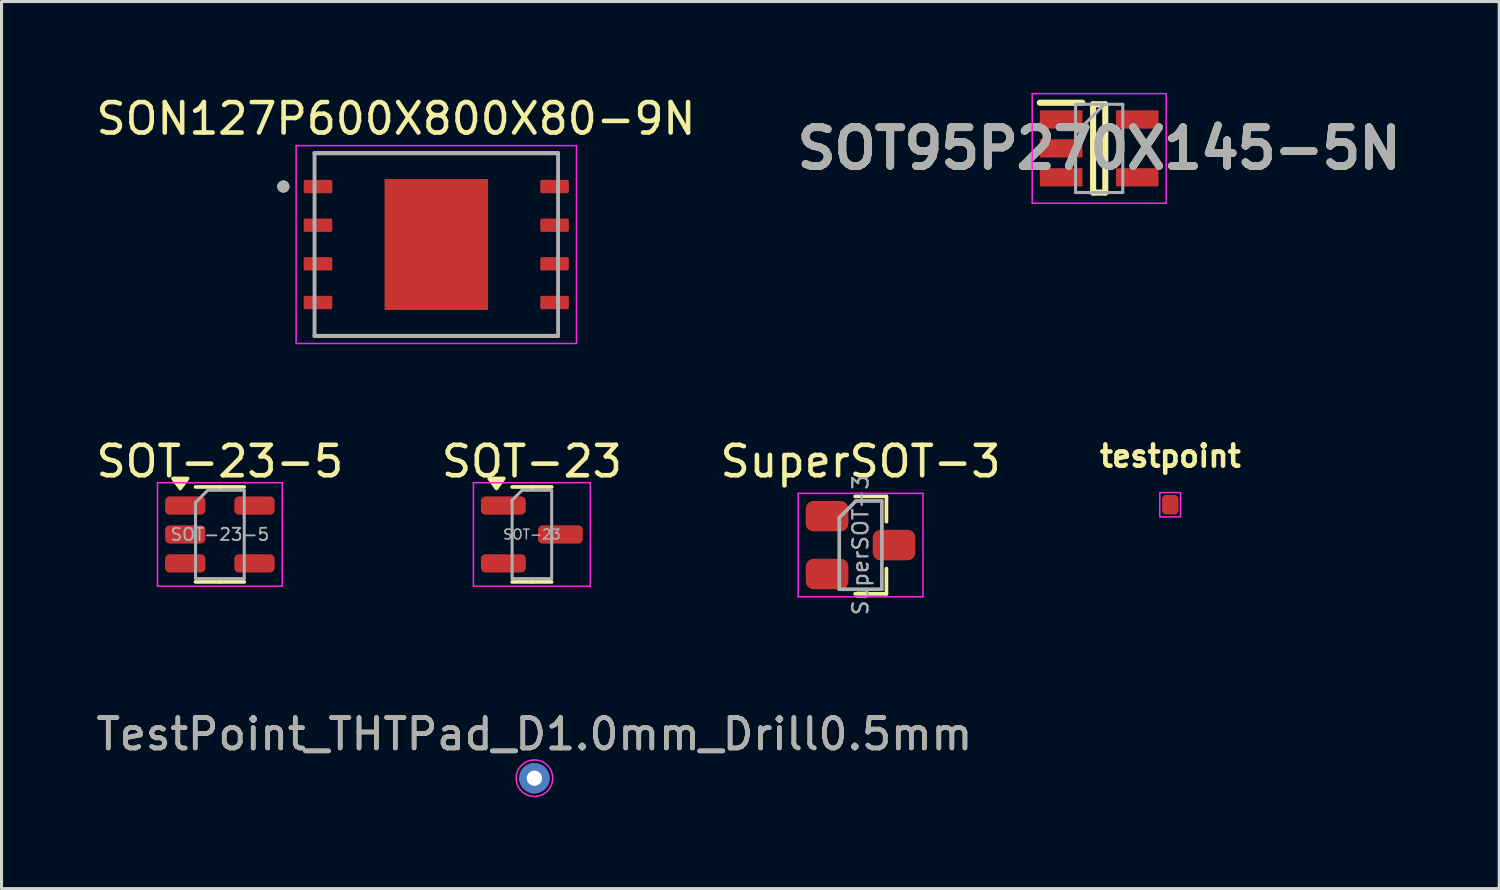
<source format=kicad_pcb>
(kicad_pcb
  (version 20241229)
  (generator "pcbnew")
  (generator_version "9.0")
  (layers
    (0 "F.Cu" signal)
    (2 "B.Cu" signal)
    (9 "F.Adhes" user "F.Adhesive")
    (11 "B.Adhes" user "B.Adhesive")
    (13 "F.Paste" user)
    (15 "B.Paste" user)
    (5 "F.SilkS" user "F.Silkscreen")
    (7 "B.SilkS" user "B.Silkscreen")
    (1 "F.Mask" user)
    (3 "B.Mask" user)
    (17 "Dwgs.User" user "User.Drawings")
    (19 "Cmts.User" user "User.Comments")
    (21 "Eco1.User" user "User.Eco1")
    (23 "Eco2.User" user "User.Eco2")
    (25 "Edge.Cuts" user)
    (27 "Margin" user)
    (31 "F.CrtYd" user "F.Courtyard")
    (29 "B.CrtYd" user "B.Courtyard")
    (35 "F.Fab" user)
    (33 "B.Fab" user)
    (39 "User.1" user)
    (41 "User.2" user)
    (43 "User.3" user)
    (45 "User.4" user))
  (footprint "SOT-23-5"
    (layer "F.Cu")
    (at 4.173 14.507)
    (property "Reference" "SOT-23-5" (at 0 -2.4 0) (layer "F.SilkS") (effects (font (size 1 1) (thickness 0.15))))
    (attr smd)
    (fp_line (start 0 -1.56) (end -0.8 -1.56) (stroke (width 0.12) (type solid)) (layer "F.SilkS"))
    (fp_line (start 0 -1.56) (end 0.8 -1.56) (stroke (width 0.12) (type solid)) (layer "F.SilkS"))
    (fp_line (start 0 1.56) (end -0.8 1.56) (stroke (width 0.12) (type solid)) (layer "F.SilkS"))
    (fp_line (start 0 1.56) (end 0.8 1.56) (stroke (width 0.12) (type solid)) (layer "F.SilkS"))
    (fp_poly (pts (xy -1.3 -1.51) (xy -1.54 -1.84) (xy -1.06 -1.84) (xy -1.3 -1.51)) (stroke (width 0.12) (type solid)) (fill yes) (layer "F.SilkS"))
    (fp_line (start -2.05 -1.7) (end -2.05 1.7) (stroke (width 0.05) (type solid)) (layer "F.CrtYd"))
    (fp_line (start -2.05 1.7) (end 2.05 1.7) (stroke (width 0.05) (type solid)) (layer "F.CrtYd"))
    (fp_line (start 2.05 -1.7) (end -2.05 -1.7) (stroke (width 0.05) (type solid)) (layer "F.CrtYd"))
    (fp_line (start 2.05 1.7) (end 2.05 -1.7) (stroke (width 0.05) (type solid)) (layer "F.CrtYd"))
    (fp_line (start -0.8 -1.05) (end -0.4 -1.45) (stroke (width 0.1) (type solid)) (layer "F.Fab"))
    (fp_line (start -0.8 1.45) (end -0.8 -1.05) (stroke (width 0.1) (type solid)) (layer "F.Fab"))
    (fp_line (start -0.4 -1.45) (end 0.8 -1.45) (stroke (width 0.1) (type solid)) (layer "F.Fab"))
    (fp_line (start 0.8 -1.45) (end 0.8 1.45) (stroke (width 0.1) (type solid)) (layer "F.Fab"))
    (fp_line (start 0.8 1.45) (end -0.8 1.45) (stroke (width 0.1) (type solid)) (layer "F.Fab"))
    (fp_text user "${REFERENCE}" (at 0 0 0) (layer "F.Fab") (effects (font (size 0.4 0.4) (thickness 0.06))))
    (pad "1" smd roundrect (at -1.137 -0.95) (size 1.325 0.6) (layers "F.Cu" "F.Mask" "F.Paste") (roundrect_rratio 0.25))
    (pad "2" smd roundrect (at -1.137 0) (size 1.325 0.6) (layers "F.Cu" "F.Mask" "F.Paste") (roundrect_rratio 0.25))
    (pad "3" smd roundrect (at -1.137 0.95) (size 1.325 0.6) (layers "F.Cu" "F.Mask" "F.Paste") (roundrect_rratio 0.25))
    (pad "4" smd roundrect (at 1.137 0.95) (size 1.325 0.6) (layers "F.Cu" "F.Mask" "F.Paste") (roundrect_rratio 0.25))
    (pad "5" smd roundrect (at 1.137 -0.95) (size 1.325 0.6) (layers "F.Cu" "F.Mask" "F.Paste") (roundrect_rratio 0.25)))
  (footprint "SON127P600X800X80-9N"
    (layer "F.Cu")
    (at 11.283 4.983)
    (property "Reference" "SON127P600X800X80-9N" (at -1.325 -4.135 0) (layer "F.SilkS") (effects (font (size 1 1) (thickness 0.15))))
    (attr smd)
    (fp_line (start -4 -3) (end 4 -3) (stroke (width 0.127) (type solid)) (layer "F.SilkS"))
    (fp_line (start -4 3) (end 4 3) (stroke (width 0.127) (type solid)) (layer "F.SilkS"))
    (fp_circle (center -5.025 -1.905) (end -4.925 -1.905) (stroke (width 0.2) (type solid)) (fill no) (layer "F.SilkS"))
    (fp_poly (pts (xy -1.08 -1.36) (xy 1.08 -1.36) (xy 1.08 1.36) (xy -1.08 1.36)) (stroke (width 0.01) (type solid)) (fill yes) (layer "F.Paste"))
    (fp_line (start -4.605 -3.25) (end -4.605 3.25) (stroke (width 0.05) (type solid)) (layer "F.CrtYd"))
    (fp_line (start -4.605 -3.25) (end 4.605 -3.25) (stroke (width 0.05) (type solid)) (layer "F.CrtYd"))
    (fp_line (start -4.605 3.25) (end 4.605 3.25) (stroke (width 0.05) (type solid)) (layer "F.CrtYd"))
    (fp_line (start 4.605 -3.25) (end 4.605 3.25) (stroke (width 0.05) (type solid)) (layer "F.CrtYd"))
    (fp_line (start -4 -3) (end -4 3) (stroke (width 0.127) (type solid)) (layer "F.Fab"))
    (fp_line (start -4 -3) (end 4 -3) (stroke (width 0.127) (type solid)) (layer "F.Fab"))
    (fp_line (start -4 3) (end 4 3) (stroke (width 0.127) (type solid)) (layer "F.Fab"))
    (fp_line (start 4 -3) (end 4 3) (stroke (width 0.127) (type solid)) (layer "F.Fab"))
    (fp_circle (center -5.025 -1.905) (end -4.925 -1.905) (stroke (width 0.2) (type solid)) (fill no) (layer "F.Fab"))
    (pad "1" smd roundrect (at -3.885 -1.905) (size 0.94 0.44) (layers "F.Cu" "F.Mask" "F.Paste") (roundrect_rratio 0.125))
    (pad "2" smd roundrect (at -3.885 -0.635) (size 0.94 0.44) (layers "F.Cu" "F.Mask" "F.Paste") (roundrect_rratio 0.125))
    (pad "3" smd roundrect (at -3.885 0.635) (size 0.94 0.44) (layers "F.Cu" "F.Mask" "F.Paste") (roundrect_rratio 0.125))
    (pad "4" smd roundrect (at -3.885 1.905) (size 0.94 0.44) (layers "F.Cu" "F.Mask" "F.Paste") (roundrect_rratio 0.125))
    (pad "5" smd roundrect (at 3.885 1.905) (size 0.94 0.44) (layers "F.Cu" "F.Mask" "F.Paste") (roundrect_rratio 0.125))
    (pad "6" smd roundrect (at 3.885 0.635) (size 0.94 0.44) (layers "F.Cu" "F.Mask" "F.Paste") (roundrect_rratio 0.125))
    (pad "7" smd roundrect (at 3.885 -0.635) (size 0.94 0.44) (layers "F.Cu" "F.Mask" "F.Paste") (roundrect_rratio 0.125))
    (pad "8" smd roundrect (at 3.885 -1.905) (size 0.94 0.44) (layers "F.Cu" "F.Mask" "F.Paste") (roundrect_rratio 0.125))
    (pad "9" smd rect (at 0 0) (size 3.4 4.3) (layers "F.Cu" "F.Mask")))
  (footprint "SuperSOT-3"
    (layer "F.Cu")
    (at 25.22 14.857)
    (property "Reference" "SuperSOT-3" (at 0 -2.75 0) (layer "F.SilkS") (effects (font (size 1 1) (thickness 0.15))))
    (attr smd)
    (fp_line (start -0.18 -1.6) (end 0.85 -1.6) (stroke (width 0.12) (type solid)) (layer "F.SilkS"))
    (fp_line (start -0.18 1.6) (end 0.85 1.6) (stroke (width 0.12) (type solid)) (layer "F.SilkS"))
    (fp_line (start 0.85 -0.77) (end 0.85 -1.6) (stroke (width 0.12) (type solid)) (layer "F.SilkS"))
    (fp_line (start 0.85 1.6) (end 0.85 0.77) (stroke (width 0.12) (type solid)) (layer "F.SilkS"))
    (fp_line (start -2.05 -1.7) (end -2.05 1.7) (stroke (width 0.05) (type solid)) (layer "F.CrtYd"))
    (fp_line (start -2.05 -1.7) (end 2.05 -1.7) (stroke (width 0.05) (type solid)) (layer "F.CrtYd"))
    (fp_line (start 2.05 1.7) (end -2.05 1.7) (stroke (width 0.05) (type solid)) (layer "F.CrtYd"))
    (fp_line (start 2.05 1.7) (end 2.05 -1.7) (stroke (width 0.05) (type solid)) (layer "F.CrtYd"))
    (fp_line (start -0.7 -0.9) (end -0.15 -1.45) (stroke (width 0.12) (type solid)) (layer "F.Fab"))
    (fp_line (start -0.7 1.45) (end -0.7 -0.9) (stroke (width 0.12) (type solid)) (layer "F.Fab"))
    (fp_line (start -0.15 -1.45) (end 0.7 -1.45) (stroke (width 0.12) (type solid)) (layer "F.Fab"))
    (fp_line (start 0.7 -1.45) (end 0.7 1.45) (stroke (width 0.12) (type solid)) (layer "F.Fab"))
    (fp_line (start 0.7 1.45) (end -0.7 1.45) (stroke (width 0.12) (type solid)) (layer "F.Fab"))
    (fp_text user "${REFERENCE}" (at 0 0 90) (layer "F.Fab") (effects (font (size 0.5 0.5) (thickness 0.075))))
    (pad "1" smd roundrect (at -1.1 -0.95) (size 1.4 1) (layers "F.Cu" "F.Mask" "F.Paste") (roundrect_rratio 0.25))
    (pad "2" smd roundrect (at -1.1 0.95) (size 1.4 1) (layers "F.Cu" "F.Mask" "F.Paste") (roundrect_rratio 0.25))
    (pad "3" smd roundrect (at 1.1 0) (size 1.4 1) (layers "F.Cu" "F.Mask" "F.Paste") (roundrect_rratio 0.25)))
  (footprint "TestPoint_THTPad_D1.0mm_Drill0.5mm"
    (layer "F.Cu")
    (at 14.506 22.515)
    (property "Reference" "TestPoint_THTPad_D1.0mm_Drill0.5mm" (at 0 -1.448 0) (layer "F.SilkS") (effects (font (size 1 1) (thickness 0.15))))
    (attr exclude_from_pos_files)
    (fp_circle (center 0 0) (end 0.6 0) (stroke (width 0.05) (type solid)) (fill no) (layer "F.CrtYd"))
    (fp_text user "${REFERENCE}" (at 0 -1.45 0) (layer "F.Fab") (effects (font (size 1 1) (thickness 0.15))))
    (pad "1" thru_hole circle (at 0 0) (size 1 1) (drill 0.5) (layers "*.Cu" "*.Mask")))
  (footprint "testpoint"
    (layer "F.Cu")
    (at 35.395 13.531)
    (property "Reference" "testpoint" (at 0 -1.6 0) (layer "F.SilkS") (effects (font (size 0.7 0.7) (thickness 0.15))))
    (attr exclude_from_pos_files)
    (fp_rect (start -0.345 -0.4) (end 0.335 0.4) (stroke (width 0.05) (type default)) (fill no) (layer "F.CrtYd"))
    (pad "1" smd roundrect (at 0 0) (size 0.54 0.64) (layers "F.Cu" "F.Mask") (roundrect_rratio 0.25)))
  (footprint "SOT95P270X145-5N"
    (layer "F.Cu")
    (at 33.059 1.825)
    (property "Reference" "SOT95P270X145-5N" (at 0 0 0) (layer "F.SilkS") (effects (font (size 1.27 1.27) (thickness 0.254))))
    (attr smd)
    (fp_line (start -1.95 -1.5) (end -0.55 -1.5) (stroke (width 0.2) (type solid)) (layer "F.SilkS"))
    (fp_line (start -0.2 -1.45) (end 0.2 -1.45) (stroke (width 0.2) (type solid)) (layer "F.SilkS"))
    (fp_line (start -0.2 1.45) (end -0.2 -1.45) (stroke (width 0.2) (type solid)) (layer "F.SilkS"))
    (fp_line (start 0.2 -1.45) (end 0.2 1.45) (stroke (width 0.2) (type solid)) (layer "F.SilkS"))
    (fp_line (start 0.2 1.45) (end -0.2 1.45) (stroke (width 0.2) (type solid)) (layer "F.SilkS"))
    (fp_line (start -2.2 -1.8) (end 2.2 -1.8) (stroke (width 0.05) (type solid)) (layer "F.CrtYd"))
    (fp_line (start -2.2 1.8) (end -2.2 -1.8) (stroke (width 0.05) (type solid)) (layer "F.CrtYd"))
    (fp_line (start 2.2 -1.8) (end 2.2 1.8) (stroke (width 0.05) (type solid)) (layer "F.CrtYd"))
    (fp_line (start 2.2 1.8) (end -2.2 1.8) (stroke (width 0.05) (type solid)) (layer "F.CrtYd"))
    (fp_line (start -0.775 -1.45) (end 0.775 -1.45) (stroke (width 0.1) (type solid)) (layer "F.Fab"))
    (fp_line (start -0.775 -0.5) (end 0.175 -1.45) (stroke (width 0.1) (type solid)) (layer "F.Fab"))
    (fp_line (start -0.775 1.45) (end -0.775 -1.45) (stroke (width 0.1) (type solid)) (layer "F.Fab"))
    (fp_line (start 0.775 -1.45) (end 0.775 1.45) (stroke (width 0.1) (type solid)) (layer "F.Fab"))
    (fp_line (start 0.775 1.45) (end -0.775 1.45) (stroke (width 0.1) (type solid)) (layer "F.Fab"))
    (fp_text user "${REFERENCE}" (at 0 0 0) (layer "F.Fab") (effects (font (size 1.27 1.27) (thickness 0.254))))
    (pad "1" smd rect (at -1.25 -0.95 90) (size 0.6 1.4) (layers "F.Cu" "F.Mask" "F.Paste"))
    (pad "2" smd rect (at -1.25 0 90) (size 0.6 1.4) (layers "F.Cu" "F.Mask" "F.Paste"))
    (pad "3" smd rect (at -1.25 0.95 90) (size 0.6 1.4) (layers "F.Cu" "F.Mask" "F.Paste"))
    (pad "4" smd rect (at 1.25 0.95 90) (size 0.6 1.4) (layers "F.Cu" "F.Mask" "F.Paste"))
    (pad "5" smd rect (at 1.25 -0.95 90) (size 0.6 1.4) (layers "F.Cu" "F.Mask" "F.Paste")))
  (footprint "SOT-23"
    (layer "F.Cu")
    (at 14.423 14.507)
    (property "Reference" "SOT-23" (at 0 -2.4 0) (layer "F.SilkS") (effects (font (size 1 1) (thickness 0.15))))
    (attr smd)
    (fp_line (start 0 -1.56) (end -0.65 -1.56) (stroke (width 0.12) (type solid)) (layer "F.SilkS"))
    (fp_line (start 0 -1.56) (end 0.65 -1.56) (stroke (width 0.12) (type solid)) (layer "F.SilkS"))
    (fp_line (start 0 1.56) (end -0.65 1.56) (stroke (width 0.12) (type solid)) (layer "F.SilkS"))
    (fp_line (start 0 1.56) (end 0.65 1.56) (stroke (width 0.12) (type solid)) (layer "F.SilkS"))
    (fp_poly (pts (xy -1.163 -1.51) (xy -1.403 -1.84) (xy -0.922 -1.84) (xy -1.163 -1.51)) (stroke (width 0.12) (type solid)) (fill yes) (layer "F.SilkS"))
    (fp_line (start -1.92 -1.7) (end -1.92 1.7) (stroke (width 0.05) (type solid)) (layer "F.CrtYd"))
    (fp_line (start -1.92 1.7) (end 1.92 1.7) (stroke (width 0.05) (type solid)) (layer "F.CrtYd"))
    (fp_line (start 1.92 -1.7) (end -1.92 -1.7) (stroke (width 0.05) (type solid)) (layer "F.CrtYd"))
    (fp_line (start 1.92 1.7) (end 1.92 -1.7) (stroke (width 0.05) (type solid)) (layer "F.CrtYd"))
    (fp_line (start -0.65 -1.125) (end -0.325 -1.45) (stroke (width 0.1) (type solid)) (layer "F.Fab"))
    (fp_line (start -0.65 1.45) (end -0.65 -1.125) (stroke (width 0.1) (type solid)) (layer "F.Fab"))
    (fp_line (start -0.325 -1.45) (end 0.65 -1.45) (stroke (width 0.1) (type solid)) (layer "F.Fab"))
    (fp_line (start 0.65 -1.45) (end 0.65 1.45) (stroke (width 0.1) (type solid)) (layer "F.Fab"))
    (fp_line (start 0.65 1.45) (end -0.65 1.45) (stroke (width 0.1) (type solid)) (layer "F.Fab"))
    (fp_text user "${REFERENCE}" (at 0 0 0) (layer "F.Fab") (effects (font (size 0.32 0.32) (thickness 0.05))))
    (pad "1" smd roundrect (at -0.938 -0.95) (size 1.475 0.6) (layers "F.Cu" "F.Mask" "F.Paste") (roundrect_rratio 0.25))
    (pad "2" smd roundrect (at -0.938 0.95) (size 1.475 0.6) (layers "F.Cu" "F.Mask" "F.Paste") (roundrect_rratio 0.25))
    (pad "3" smd roundrect (at 0.938 0) (size 1.475 0.6) (layers "F.Cu" "F.Mask" "F.Paste") (roundrect_rratio 0.25)))
  (gr_rect
    (start -3 -3)
    (end 46.2 26.14)
    (stroke (width 0.1) (type default))
    (fill no)
    (layer "Edge.Cuts")))
</source>
